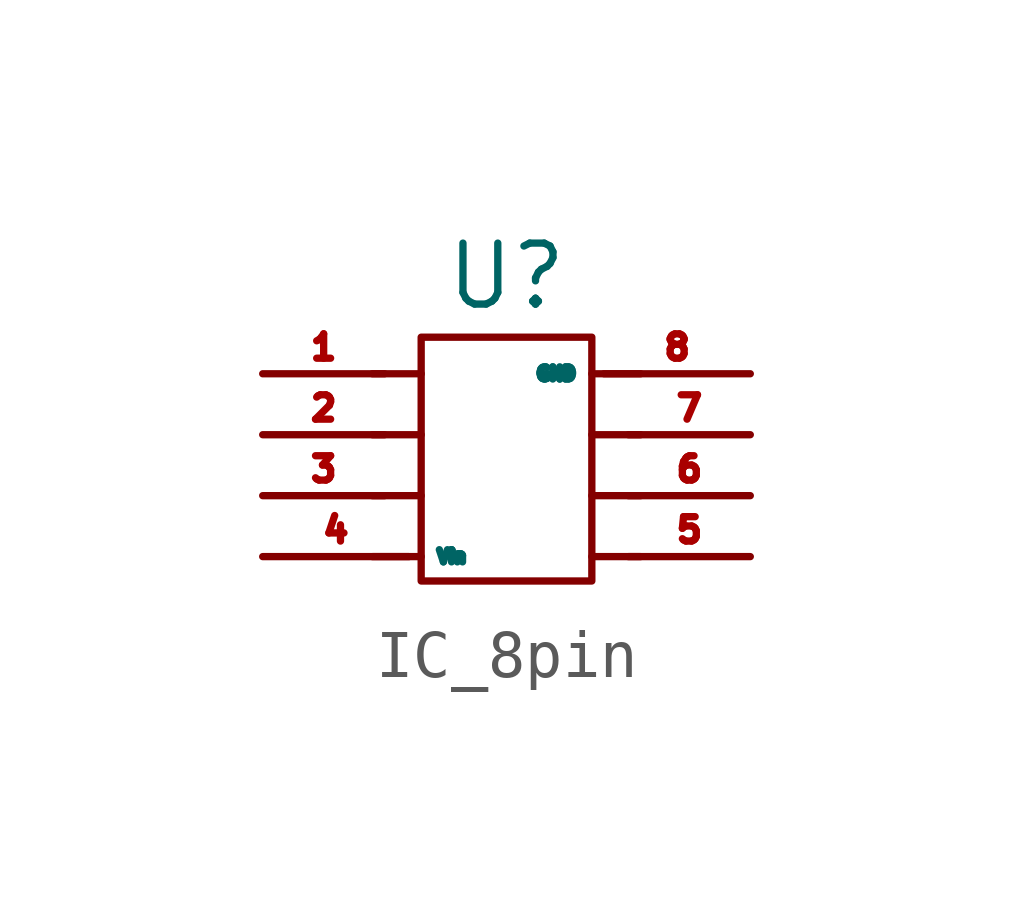
<source format=kicad_sym>
(kicad_symbol_lib
  (version 20231120)
  (generator "kicad_symbol_editor")
  (generator_version "8.0")
  (symbol "IC_8pin"
    (property "Reference" "U"
      (at 0 4.572 0)
      (effects (font (size 1.27 1.27))))
    (property "Value" ""
      (at 0 0 0)
      (effects (font (size 1.27 1.27))))
    (symbol "IC_8pin_0_1"
      (rectangle (start -1.778 3.302) (end 1.778 -1.778) (stroke (width 0) (type default)) (fill (type none)))
      (polyline (pts (xy -1.778 -1.27) (xy -2.794 -1.27)) (stroke (width 0) (type default)) (fill (type none)))
      (polyline (pts (xy -1.778 0) (xy -2.794 0)) (stroke (width 0) (type default)) (fill (type none)))
      (polyline (pts (xy -1.778 1.27) (xy -2.794 1.27)) (stroke (width 0) (type default)) (fill (type none)))
      (polyline (pts (xy -1.778 2.54) (xy -2.794 2.54)) (stroke (width 0) (type default)) (fill (type none)))
      (polyline (pts (xy 1.778 -1.27) (xy 2.794 -1.27)) (stroke (width 0) (type default)) (fill (type none)))
      (polyline (pts (xy 1.778 0) (xy 2.794 0)) (stroke (width 0) (type default)) (fill (type none)))
      (polyline (pts (xy 1.778 1.27) (xy 2.794 1.27)) (stroke (width 0) (type default)) (fill (type none)))
      (polyline (pts (xy 1.778 2.54) (xy 2.794 2.54)) (stroke (width 0) (type default)) (fill (type none))))
    (symbol "IC_8pin_1_1"
      (pin output line (at -5.08 2.54 0) (length 2.54) (name "" (effects (font (size 0.762 0.762)))) (number "1" (effects (font (size 0.508 0.508)))))
      (pin input line (at -5.08 1.27 0) (length 2.54) (name "" (effects (font (size 0.762 0.762)))) (number "2" (effects (font (size 0.508 0.508)))))
      (pin input line (at -5.08 0 0) (length 2.54) (name "" (effects (font (size 0.762 0.762)))) (number "3" (effects (font (size 0.508 0.508)))))
      (pin power_in line (at -5.08 -1.27 0) (length 3.048) (name "Vin" (effects (font (size 0.254 0.254)))) (number "4" (effects (font (size 0.508 0.508)))))
      (pin input line (at 5.08 -1.27 180) (length 2.54) (name "" (effects (font (size 0.762 0.762)))) (number "5" (effects (font (size 0.508 0.508)))))
      (pin input line (at 5.08 0 180) (length 2.54) (name "" (effects (font (size 0.762 0.762)))) (number "6" (effects (font (size 0.508 0.508)))))
      (pin output line (at 5.08 1.27 180) (length 2.54) (name "" (effects (font (size 0.762 0.762)))) (number "7" (effects (font (size 0.508 0.508)))))
      (pin power_in line (at 5.08 2.54 180) (length 3.048) (name "GND" (effects (font (size 0.254 0.254)))) (number "8" (effects (font (size 0.508 0.508))))))))
</source>
